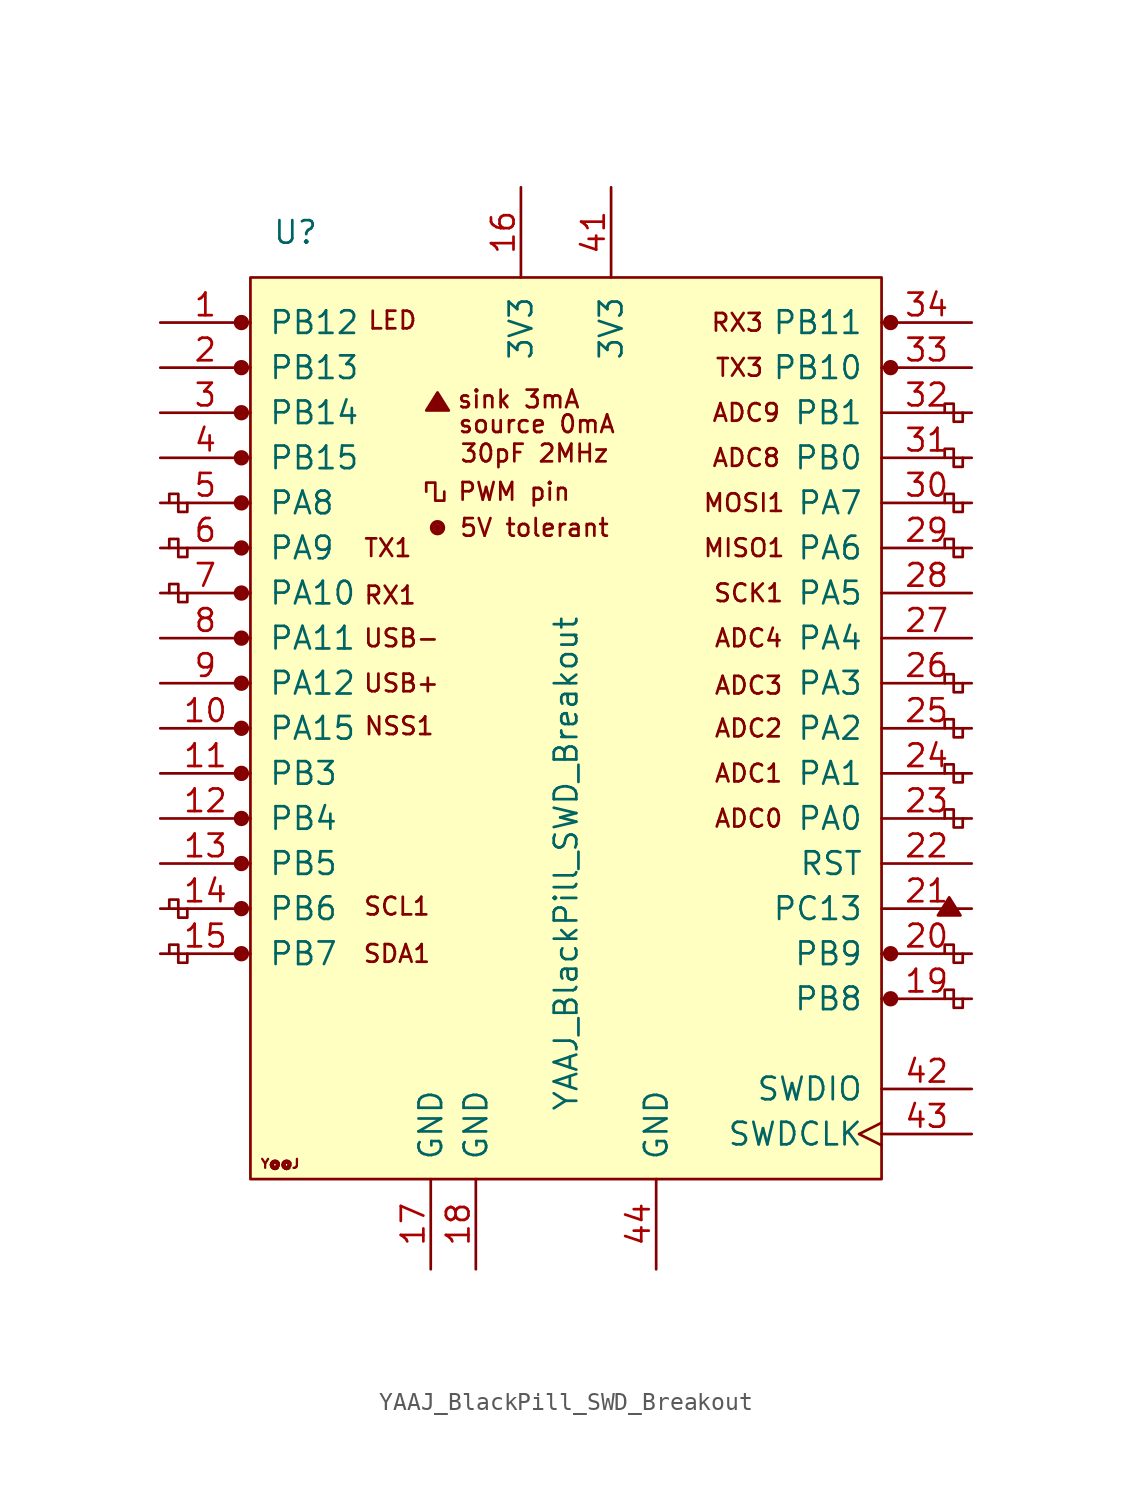
<source format=kicad_sym>
(kicad_symbol_lib
  (version 20241209)
  (generator "kicad_symbol_editor")
  (generator_version "9.0")
  (symbol "YAAJ_BlackPill_SWD_Breakout"
    (pin_names
      (offset 1.016))
    (property "Reference" "U"
      (at -15.24 27.94 0)
      (effects (font (size 1.27 1.27))))
    (property "Value" "YAAJ_BlackPill_SWD_Breakout"
      (at 0 -7.62 90)
      (effects (font (size 1.27 1.27))))
    (symbol "YAAJ_BlackPill_SWD_Breakout_0_0"
      (circle (center -18.288 22.86) (radius 0.356) (stroke (width 0) (type solid)) (fill (type outline)))
      (circle (center -18.288 17.78) (radius 0.356) (stroke (width 0) (type solid)) (fill (type outline)))
      (circle (center -18.288 15.24) (radius 0.356) (stroke (width 0) (type solid)) (fill (type outline)))
      (circle (center -18.288 12.7) (radius 0.356) (stroke (width 0) (type solid)) (fill (type outline)))
      (circle (center -18.288 10.16) (radius 0.356) (stroke (width 0) (type solid)) (fill (type outline)))
      (circle (center -18.288 7.62) (radius 0.356) (stroke (width 0) (type solid)) (fill (type outline)))
      (circle (center -18.288 5.08) (radius 0.356) (stroke (width 0) (type solid)) (fill (type outline)))
      (circle (center -18.288 2.54) (radius 0.356) (stroke (width 0) (type solid)) (fill (type outline)))
      (circle (center -18.288 0) (radius 0.356) (stroke (width 0) (type solid)) (fill (type outline)))
      (circle (center -18.288 -2.54) (radius 0.356) (stroke (width 0) (type solid)) (fill (type outline)))
      (circle (center -18.288 -5.08) (radius 0.356) (stroke (width 0) (type solid)) (fill (type outline)))
      (circle (center -18.288 -7.62) (radius 0.356) (stroke (width 0) (type solid)) (fill (type outline)))
      (circle (center -18.288 -10.16) (radius 0.356) (stroke (width 0) (type solid)) (fill (type outline)))
      (circle (center -18.288 -12.7) (radius 0.356) (stroke (width 0) (type solid)) (fill (type outline)))
      (polyline (pts (xy -7.874 17.907) (xy -7.239 18.923) (xy -6.604 17.907) (xy -7.874 17.907) (xy -7.239 18.796) (xy -6.731 17.907) (xy -7.747 18.034) (xy -7.239 18.669) (xy -6.858 17.907) (xy -7.62 18.161) (xy -7.112 18.542) (xy -6.985 17.907) (xy -7.493 18.288) (xy -6.985 18.415) (xy -7.112 18.034) (xy -7.366 18.288) (xy -7.112 18.161) (xy -7.239 18.415)) (stroke (width 0) (type solid)) (fill (type none)))
      (circle (center -7.239 11.303) (radius 0.127) (stroke (width 0) (type solid)) (fill (type outline)))
      (circle (center -7.239 11.303) (radius 0.254) (stroke (width 0) (type solid)) (fill (type none)))
      (circle (center -7.239 11.303) (radius 0.356) (stroke (width 0) (type solid)) (fill (type none)))
      (circle (center 18.288 22.86) (radius 0.254) (stroke (width 0) (type solid)) (fill (type outline)))
      (circle (center 18.288 22.86) (radius 0.356) (stroke (width 0) (type solid)) (fill (type none)))
      (circle (center 18.288 20.32) (radius 0.254) (stroke (width 0) (type solid)) (fill (type outline)))
      (circle (center 18.288 20.32) (radius 0.356) (stroke (width 0) (type solid)) (fill (type none)))
      (circle (center 18.288 -12.7) (radius 0.356) (stroke (width 0) (type solid)) (fill (type outline)))
      (circle (center 18.288 -15.24) (radius 0.356) (stroke (width 0) (type solid)) (fill (type outline)))
      (polyline (pts (xy 20.955 -10.541) (xy 21.59 -9.525) (xy 22.225 -10.541) (xy 20.955 -10.541) (xy 21.59 -9.652) (xy 22.098 -10.541) (xy 21.082 -10.414) (xy 21.59 -9.779) (xy 21.971 -10.541) (xy 21.209 -10.287) (xy 21.717 -9.906) (xy 21.844 -10.541) (xy 21.336 -10.16) (xy 21.844 -10.033) (xy 21.717 -10.414) (xy 21.463 -10.16) (xy 21.717 -10.287) (xy 21.59 -10.033)) (stroke (width 0) (type solid)) (fill (type none)))
      (text "Y@@J" (at -16.104 -24.536 0) (effects (font (size 0.508 0.508))))
      (text "TX1" (at -10.033 10.16 0) (effects (font (size 0.991 0.991))))
      (text "RX1" (at -9.906 7.493 0) (effects (font (size 0.991 0.991))))
      (text "LED" (at -9.779 22.987 0) (effects (font (size 0.991 0.991))))
      (text "SCL1" (at -9.525 -10.033 0) (effects (font (size 0.991 0.991))))
      (text "SDA1" (at -9.525 -12.7 0) (effects (font (size 0.991 0.991))))
      (text "NSS1" (at -9.398 0.127 0) (effects (font (size 0.991 0.991))))
      (text "USB-" (at -9.271 5.08 0) (effects (font (size 0.991 0.991))))
      (text "USB+" (at -9.271 2.54 0) (effects (font (size 0.991 0.991))))
      (text "PWM pin" (at -2.921 13.335 0) (effects (font (size 0.991 0.991))))
      (text "sink 3mA" (at -2.667 18.542 0) (effects (font (size 0.991 0.991))))
      (text "30pF 2MHz" (at -1.778 15.494 0) (effects (font (size 0.991 0.991))))
      (text "5V tolerant" (at -1.778 11.303 0) (effects (font (size 0.991 0.991))))
      (text "source 0mA" (at -1.651 17.145 0) (effects (font (size 0.991 0.991))))
      (text "RX3" (at 9.652 22.86 0) (effects (font (size 0.991 0.991))))
      (text "TX3" (at 9.779 20.32 0) (effects (font (size 0.991 0.991))))
      (text "MOSI1" (at 10.033 12.7 0) (effects (font (size 0.991 0.991))))
      (text "MISO1" (at 10.033 10.16 0) (effects (font (size 0.991 0.991))))
      (text "ADC9" (at 10.16 17.78 0) (effects (font (size 0.991 0.991))))
      (text "ADC8" (at 10.16 15.24 0) (effects (font (size 0.991 0.991))))
      (text "SCK1" (at 10.287 7.62 0) (effects (font (size 0.991 0.991))))
      (text "ADC4" (at 10.287 5.08 0) (effects (font (size 0.991 0.991))))
      (text "ADC3" (at 10.287 2.413 0) (effects (font (size 0.991 0.991))))
      (text "ADC2" (at 10.287 0 0) (effects (font (size 0.991 0.991))))
      (text "ADC1" (at 10.287 -2.54 0) (effects (font (size 0.991 0.991))))
      (text "ADC0" (at 10.287 -5.08 0) (effects (font (size 0.991 0.991)))))
    (symbol "YAAJ_BlackPill_SWD_Breakout_0_1"
      (polyline (pts (xy -21.336 12.7) (xy -21.336 12.192) (xy -21.844 12.192) (xy -21.844 13.208) (xy -22.352 13.208) (xy -22.352 12.7)) (stroke (width 0) (type solid)) (fill (type none)))
      (polyline (pts (xy -21.336 10.16) (xy -21.336 9.652) (xy -21.844 9.652) (xy -21.844 10.668) (xy -22.352 10.668) (xy -22.352 10.16)) (stroke (width 0) (type solid)) (fill (type none)))
      (polyline (pts (xy -21.336 7.62) (xy -21.336 7.112) (xy -21.844 7.112) (xy -21.844 8.128) (xy -22.352 8.128) (xy -22.352 7.62)) (stroke (width 0) (type solid)) (fill (type none)))
      (polyline (pts (xy -21.336 -10.16) (xy -21.336 -10.668) (xy -21.844 -10.668) (xy -21.844 -9.652) (xy -22.352 -9.652) (xy -22.352 -10.16)) (stroke (width 0) (type solid)) (fill (type none)))
      (polyline (pts (xy -21.336 -12.7) (xy -21.336 -13.208) (xy -21.844 -13.208) (xy -21.844 -12.192) (xy -22.352 -12.192) (xy -22.352 -12.7)) (stroke (width 0) (type solid)) (fill (type none)))
      (rectangle (start -17.78 25.4) (end 17.78 -25.4) (stroke (width 0) (type solid)) (fill (type background)))
      (polyline (pts (xy -6.858 13.335) (xy -6.858 12.827) (xy -7.366 12.827) (xy -7.366 13.843) (xy -7.874 13.843) (xy -7.874 13.335)) (stroke (width 0) (type solid)) (fill (type none)))
      (polyline (pts (xy 21.336 -12.7) (xy 21.336 -12.192) (xy 21.844 -12.192) (xy 21.844 -13.208) (xy 22.352 -13.208) (xy 22.352 -12.7)) (stroke (width 0) (type solid)) (fill (type none)))
      (polyline (pts (xy 21.336 -15.24) (xy 21.336 -14.732) (xy 21.844 -14.732) (xy 21.844 -15.748) (xy 22.352 -15.748) (xy 22.352 -15.24)) (stroke (width 0) (type solid)) (fill (type none)))
      (polyline (pts (xy 22.352 17.78) (xy 22.352 17.272) (xy 21.844 17.272) (xy 21.844 18.288) (xy 21.336 18.288) (xy 21.336 17.78)) (stroke (width 0) (type solid)) (fill (type none)))
      (polyline (pts (xy 22.352 15.24) (xy 22.352 14.732) (xy 21.844 14.732) (xy 21.844 15.748) (xy 21.336 15.748) (xy 21.336 15.24)) (stroke (width 0) (type solid)) (fill (type none)))
      (polyline (pts (xy 22.352 12.7) (xy 22.352 12.192) (xy 21.844 12.192) (xy 21.844 13.208) (xy 21.336 13.208) (xy 21.336 12.7)) (stroke (width 0) (type solid)) (fill (type none)))
      (polyline (pts (xy 22.352 10.16) (xy 22.352 9.652) (xy 21.844 9.652) (xy 21.844 10.668) (xy 21.336 10.668) (xy 21.336 10.16)) (stroke (width 0) (type solid)) (fill (type none)))
      (polyline (pts (xy 22.352 2.54) (xy 22.352 2.032) (xy 21.844 2.032) (xy 21.844 3.048) (xy 21.336 3.048) (xy 21.336 2.54)) (stroke (width 0) (type solid)) (fill (type none)))
      (polyline (pts (xy 22.352 0) (xy 22.352 -0.508) (xy 21.844 -0.508) (xy 21.844 0.508) (xy 21.336 0.508) (xy 21.336 0)) (stroke (width 0) (type solid)) (fill (type none)))
      (polyline (pts (xy 22.352 -2.54) (xy 22.352 -3.048) (xy 21.844 -3.048) (xy 21.844 -2.032) (xy 21.336 -2.032) (xy 21.336 -2.54)) (stroke (width 0) (type solid)) (fill (type none)))
      (polyline (pts (xy 22.352 -5.08) (xy 22.352 -5.588) (xy 21.844 -5.588) (xy 21.844 -4.572) (xy 21.336 -4.572) (xy 21.336 -5.08)) (stroke (width 0) (type solid)) (fill (type none))))
    (symbol "YAAJ_BlackPill_SWD_Breakout_1_1"
      (circle (center -18.288 20.32) (radius 0.356) (stroke (width 0) (type solid)) (fill (type outline)))
      (pin bidirectional line (at -22.86 22.86 0) (length 5.08) (name "PB12" (effects (font (size 1.27 1.27)))) (number "1" (effects (font (size 1.27 1.27)))))
      (pin bidirectional line (at -22.86 20.32 0) (length 5.08) (name "PB13" (effects (font (size 1.27 1.27)))) (number "2" (effects (font (size 1.27 1.27)))))
      (pin bidirectional line (at -22.86 17.78 0) (length 5.08) (name "PB14" (effects (font (size 1.27 1.27)))) (number "3" (effects (font (size 1.27 1.27)))))
      (pin bidirectional line (at -22.86 15.24 0) (length 5.08) (name "PB15" (effects (font (size 1.27 1.27)))) (number "4" (effects (font (size 1.27 1.27)))))
      (pin bidirectional line (at -22.86 12.7 0) (length 5.08) (name "PA8" (effects (font (size 1.27 1.27)))) (number "5" (effects (font (size 1.27 1.27)))))
      (pin bidirectional line (at -22.86 10.16 0) (length 5.08) (name "PA9" (effects (font (size 1.27 1.27)))) (number "6" (effects (font (size 1.27 1.27)))))
      (pin bidirectional line (at -22.86 7.62 0) (length 5.08) (name "PA10" (effects (font (size 1.27 1.27)))) (number "7" (effects (font (size 1.27 1.27)))))
      (pin bidirectional line (at -22.86 5.08 0) (length 5.08) (name "PA11" (effects (font (size 1.27 1.27)))) (number "8" (effects (font (size 1.27 1.27)))))
      (pin bidirectional line (at -22.86 2.54 0) (length 5.08) (name "PA12" (effects (font (size 1.27 1.27)))) (number "9" (effects (font (size 1.27 1.27)))))
      (pin bidirectional line (at -22.86 0 0) (length 5.08) (name "PA15" (effects (font (size 1.27 1.27)))) (number "10" (effects (font (size 1.27 1.27)))))
      (pin bidirectional line (at -22.86 -2.54 0) (length 5.08) (name "PB3" (effects (font (size 1.27 1.27)))) (number "11" (effects (font (size 1.27 1.27)))))
      (pin bidirectional line (at -22.86 -5.08 0) (length 5.08) (name "PB4" (effects (font (size 1.27 1.27)))) (number "12" (effects (font (size 1.27 1.27)))))
      (pin bidirectional line (at -22.86 -7.62 0) (length 5.08) (name "PB5" (effects (font (size 1.27 1.27)))) (number "13" (effects (font (size 1.27 1.27)))))
      (pin bidirectional line (at -22.86 -10.16 0) (length 5.08) (name "PB6" (effects (font (size 1.27 1.27)))) (number "14" (effects (font (size 1.27 1.27)))))
      (pin bidirectional line (at -22.86 -12.7 0) (length 5.08) (name "PB7" (effects (font (size 1.27 1.27)))) (number "15" (effects (font (size 1.27 1.27)))))
      (pin power_in line (at -7.62 -30.48 90) (length 5.08) (name "GND" (effects (font (size 1.27 1.27)))) (number "17" (effects (font (size 1.27 1.27)))))
      (pin power_in line (at -5.08 -30.48 90) (length 5.08) (name "GND" (effects (font (size 1.27 1.27)))) (number "18" (effects (font (size 1.27 1.27)))))
      (pin power_in line (at -2.54 30.48 270) (length 5.08) (name "3V3" (effects (font (size 1.27 1.27)))) (number "16" (effects (font (size 1.27 1.27)))))
      (pin power_in line (at 2.54 30.48 270) (length 5.08) (name "3V3" (effects (font (size 1.27 1.27)))) (number "41" (effects (font (size 1.27 1.27)))))
      (pin power_in line (at 5.08 -30.48 90) (length 5.08) (name "GND" (effects (font (size 1.27 1.27)))) (number "44" (effects (font (size 1.27 1.27)))))
      (pin bidirectional line (at 22.86 22.86 180) (length 5.08) (name "PB11" (effects (font (size 1.27 1.27)))) (number "34" (effects (font (size 1.27 1.27)))))
      (pin bidirectional line (at 22.86 20.32 180) (length 5.08) (name "PB10" (effects (font (size 1.27 1.27)))) (number "33" (effects (font (size 1.27 1.27)))))
      (pin bidirectional line (at 22.86 17.78 180) (length 5.08) (name "PB1" (effects (font (size 1.27 1.27)))) (number "32" (effects (font (size 1.27 1.27)))))
      (pin bidirectional line (at 22.86 15.24 180) (length 5.08) (name "PB0" (effects (font (size 1.27 1.27)))) (number "31" (effects (font (size 1.27 1.27)))))
      (pin bidirectional line (at 22.86 12.7 180) (length 5.08) (name "PA7" (effects (font (size 1.27 1.27)))) (number "30" (effects (font (size 1.27 1.27)))))
      (pin bidirectional line (at 22.86 10.16 180) (length 5.08) (name "PA6" (effects (font (size 1.27 1.27)))) (number "29" (effects (font (size 1.27 1.27)))))
      (pin bidirectional line (at 22.86 7.62 180) (length 5.08) (name "PA5" (effects (font (size 1.27 1.27)))) (number "28" (effects (font (size 1.27 1.27)))))
      (pin bidirectional line (at 22.86 5.08 180) (length 5.08) (name "PA4" (effects (font (size 1.27 1.27)))) (number "27" (effects (font (size 1.27 1.27)))))
      (pin bidirectional line (at 22.86 2.54 180) (length 5.08) (name "PA3" (effects (font (size 1.27 1.27)))) (number "26" (effects (font (size 1.27 1.27)))))
      (pin bidirectional line (at 22.86 0 180) (length 5.08) (name "PA2" (effects (font (size 1.27 1.27)))) (number "25" (effects (font (size 1.27 1.27)))))
      (pin bidirectional line (at 22.86 -2.54 180) (length 5.08) (name "PA1" (effects (font (size 1.27 1.27)))) (number "24" (effects (font (size 1.27 1.27)))))
      (pin bidirectional line (at 22.86 -5.08 180) (length 5.08) (name "PA0" (effects (font (size 1.27 1.27)))) (number "23" (effects (font (size 1.27 1.27)))))
      (pin input line (at 22.86 -7.62 180) (length 5.08) (name "RST" (effects (font (size 1.27 1.27)))) (number "22" (effects (font (size 1.27 1.27)))))
      (pin bidirectional line (at 22.86 -10.16 180) (length 5.08) (name "PC13" (effects (font (size 1.27 1.27)))) (number "21" (effects (font (size 1.27 1.27)))))
      (pin bidirectional line (at 22.86 -12.7 180) (length 5.08) (name "PB9" (effects (font (size 1.27 1.27)))) (number "20" (effects (font (size 1.27 1.27)))))
      (pin bidirectional line (at 22.86 -15.24 180) (length 5.08) (name "PB8" (effects (font (size 1.27 1.27)))) (number "19" (effects (font (size 1.27 1.27)))))
      (pin bidirectional line (at 22.86 -20.32 180) (length 5.08) (name "SWDIO" (effects (font (size 1.27 1.27)))) (number "42" (effects (font (size 1.27 1.27)))))
      (pin input clock (at 22.86 -22.86 180) (length 5.08) (name "SWDCLK" (effects (font (size 1.27 1.27)))) (number "43" (effects (font (size 1.27 1.27))))))))
</source>
